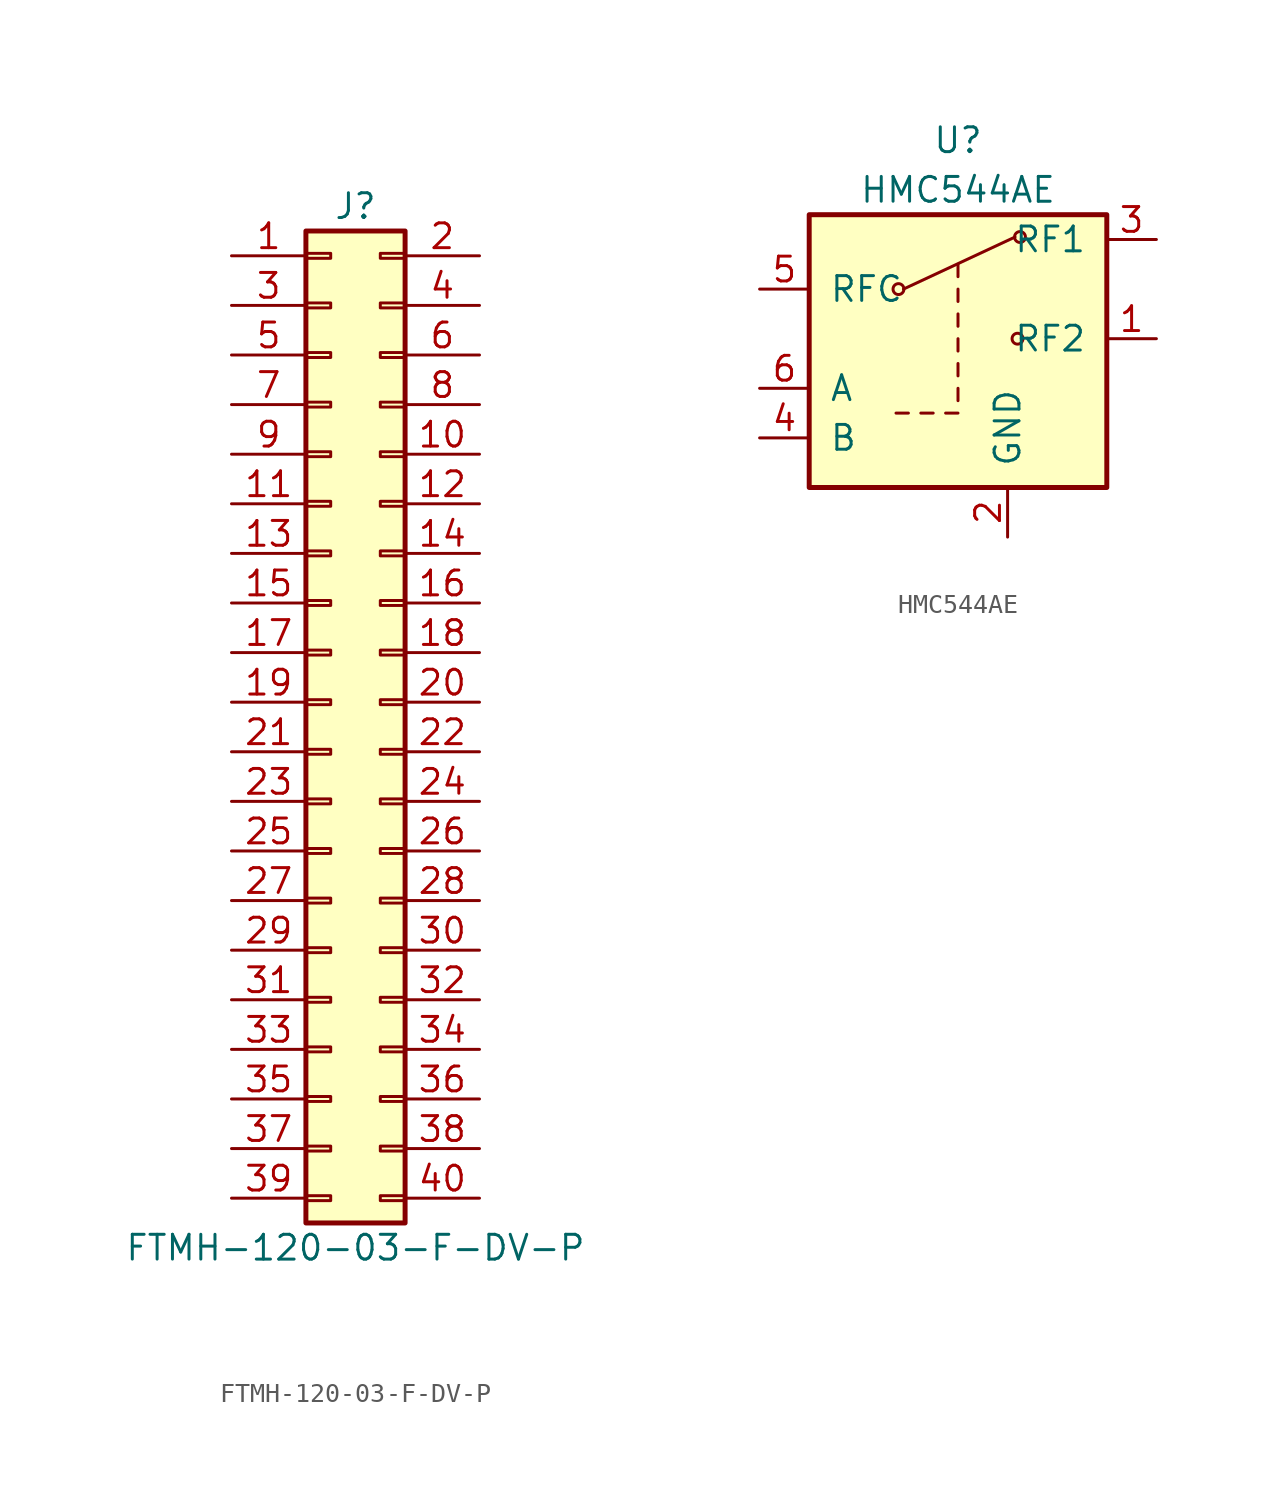
<source format=kicad_sym>
(kicad_symbol_lib
  (version 20211014)
  (generator kicad_symbol_editor)
  (symbol "FTMH-120-03-F-DV-P"
    (pin_names
      (offset 1.016) hide)
    (property "Reference" "J"
      (at 1.27 25.4 0)
      (effects (font (size 1.27 1.27))))
    (property "Value" "FTMH-120-03-F-DV-P"
      (at 1.27 -27.94 0)
      (effects (font (size 1.27 1.27))))
    (symbol "FTMH-120-03-F-DV-P_1_1"
      (rectangle (start -1.27 -25.273) (end 0 -25.527) (stroke (width 0.152) (type default) (color 0 0 0 0)) (fill (type none)))
      (rectangle (start -1.27 -22.733) (end 0 -22.987) (stroke (width 0.152) (type default) (color 0 0 0 0)) (fill (type none)))
      (rectangle (start -1.27 -20.193) (end 0 -20.447) (stroke (width 0.152) (type default) (color 0 0 0 0)) (fill (type none)))
      (rectangle (start -1.27 -17.653) (end 0 -17.907) (stroke (width 0.152) (type default) (color 0 0 0 0)) (fill (type none)))
      (rectangle (start -1.27 -15.113) (end 0 -15.367) (stroke (width 0.152) (type default) (color 0 0 0 0)) (fill (type none)))
      (rectangle (start -1.27 -12.573) (end 0 -12.827) (stroke (width 0.152) (type default) (color 0 0 0 0)) (fill (type none)))
      (rectangle (start -1.27 -10.033) (end 0 -10.287) (stroke (width 0.152) (type default) (color 0 0 0 0)) (fill (type none)))
      (rectangle (start -1.27 -7.493) (end 0 -7.747) (stroke (width 0.152) (type default) (color 0 0 0 0)) (fill (type none)))
      (rectangle (start -1.27 -4.953) (end 0 -5.207) (stroke (width 0.152) (type default) (color 0 0 0 0)) (fill (type none)))
      (rectangle (start -1.27 -2.413) (end 0 -2.667) (stroke (width 0.152) (type default) (color 0 0 0 0)) (fill (type none)))
      (rectangle (start -1.27 0.127) (end 0 -0.127) (stroke (width 0.152) (type default) (color 0 0 0 0)) (fill (type none)))
      (rectangle (start -1.27 2.667) (end 0 2.413) (stroke (width 0.152) (type default) (color 0 0 0 0)) (fill (type none)))
      (rectangle (start -1.27 5.207) (end 0 4.953) (stroke (width 0.152) (type default) (color 0 0 0 0)) (fill (type none)))
      (rectangle (start -1.27 7.747) (end 0 7.493) (stroke (width 0.152) (type default) (color 0 0 0 0)) (fill (type none)))
      (rectangle (start -1.27 10.287) (end 0 10.033) (stroke (width 0.152) (type default) (color 0 0 0 0)) (fill (type none)))
      (rectangle (start -1.27 12.827) (end 0 12.573) (stroke (width 0.152) (type default) (color 0 0 0 0)) (fill (type none)))
      (rectangle (start -1.27 15.367) (end 0 15.113) (stroke (width 0.152) (type default) (color 0 0 0 0)) (fill (type none)))
      (rectangle (start -1.27 17.907) (end 0 17.653) (stroke (width 0.152) (type default) (color 0 0 0 0)) (fill (type none)))
      (rectangle (start -1.27 20.447) (end 0 20.193) (stroke (width 0.152) (type default) (color 0 0 0 0)) (fill (type none)))
      (rectangle (start -1.27 22.987) (end 0 22.733) (stroke (width 0.152) (type default) (color 0 0 0 0)) (fill (type none)))
      (rectangle (start -1.27 24.13) (end 3.81 -26.67) (stroke (width 0.254) (type default) (color 0 0 0 0)) (fill (type background)))
      (rectangle (start 3.81 -25.273) (end 2.54 -25.527) (stroke (width 0.152) (type default) (color 0 0 0 0)) (fill (type none)))
      (rectangle (start 3.81 -22.733) (end 2.54 -22.987) (stroke (width 0.152) (type default) (color 0 0 0 0)) (fill (type none)))
      (rectangle (start 3.81 -20.193) (end 2.54 -20.447) (stroke (width 0.152) (type default) (color 0 0 0 0)) (fill (type none)))
      (rectangle (start 3.81 -17.653) (end 2.54 -17.907) (stroke (width 0.152) (type default) (color 0 0 0 0)) (fill (type none)))
      (rectangle (start 3.81 -15.113) (end 2.54 -15.367) (stroke (width 0.152) (type default) (color 0 0 0 0)) (fill (type none)))
      (rectangle (start 3.81 -12.573) (end 2.54 -12.827) (stroke (width 0.152) (type default) (color 0 0 0 0)) (fill (type none)))
      (rectangle (start 3.81 -10.033) (end 2.54 -10.287) (stroke (width 0.152) (type default) (color 0 0 0 0)) (fill (type none)))
      (rectangle (start 3.81 -7.493) (end 2.54 -7.747) (stroke (width 0.152) (type default) (color 0 0 0 0)) (fill (type none)))
      (rectangle (start 3.81 -4.953) (end 2.54 -5.207) (stroke (width 0.152) (type default) (color 0 0 0 0)) (fill (type none)))
      (rectangle (start 3.81 -2.413) (end 2.54 -2.667) (stroke (width 0.152) (type default) (color 0 0 0 0)) (fill (type none)))
      (rectangle (start 3.81 0.127) (end 2.54 -0.127) (stroke (width 0.152) (type default) (color 0 0 0 0)) (fill (type none)))
      (rectangle (start 3.81 2.667) (end 2.54 2.413) (stroke (width 0.152) (type default) (color 0 0 0 0)) (fill (type none)))
      (rectangle (start 3.81 5.207) (end 2.54 4.953) (stroke (width 0.152) (type default) (color 0 0 0 0)) (fill (type none)))
      (rectangle (start 3.81 7.747) (end 2.54 7.493) (stroke (width 0.152) (type default) (color 0 0 0 0)) (fill (type none)))
      (rectangle (start 3.81 10.287) (end 2.54 10.033) (stroke (width 0.152) (type default) (color 0 0 0 0)) (fill (type none)))
      (rectangle (start 3.81 12.827) (end 2.54 12.573) (stroke (width 0.152) (type default) (color 0 0 0 0)) (fill (type none)))
      (rectangle (start 3.81 15.367) (end 2.54 15.113) (stroke (width 0.152) (type default) (color 0 0 0 0)) (fill (type none)))
      (rectangle (start 3.81 17.907) (end 2.54 17.653) (stroke (width 0.152) (type default) (color 0 0 0 0)) (fill (type none)))
      (rectangle (start 3.81 20.447) (end 2.54 20.193) (stroke (width 0.152) (type default) (color 0 0 0 0)) (fill (type none)))
      (rectangle (start 3.81 22.987) (end 2.54 22.733) (stroke (width 0.152) (type default) (color 0 0 0 0)) (fill (type none)))
      (pin passive line (at -5.08 22.86 0) (length 3.81) (name "Pin_1" (effects (font (size 1.27 1.27)))) (number "1" (effects (font (size 1.27 1.27)))))
      (pin passive line (at 7.62 12.7 180) (length 3.81) (name "Pin_10" (effects (font (size 1.27 1.27)))) (number "10" (effects (font (size 1.27 1.27)))))
      (pin passive line (at -5.08 10.16 0) (length 3.81) (name "Pin_11" (effects (font (size 1.27 1.27)))) (number "11" (effects (font (size 1.27 1.27)))))
      (pin passive line (at 7.62 10.16 180) (length 3.81) (name "Pin_12" (effects (font (size 1.27 1.27)))) (number "12" (effects (font (size 1.27 1.27)))))
      (pin passive line (at -5.08 7.62 0) (length 3.81) (name "Pin_13" (effects (font (size 1.27 1.27)))) (number "13" (effects (font (size 1.27 1.27)))))
      (pin passive line (at 7.62 7.62 180) (length 3.81) (name "Pin_14" (effects (font (size 1.27 1.27)))) (number "14" (effects (font (size 1.27 1.27)))))
      (pin passive line (at -5.08 5.08 0) (length 3.81) (name "Pin_15" (effects (font (size 1.27 1.27)))) (number "15" (effects (font (size 1.27 1.27)))))
      (pin passive line (at 7.62 5.08 180) (length 3.81) (name "Pin_16" (effects (font (size 1.27 1.27)))) (number "16" (effects (font (size 1.27 1.27)))))
      (pin passive line (at -5.08 2.54 0) (length 3.81) (name "Pin_17" (effects (font (size 1.27 1.27)))) (number "17" (effects (font (size 1.27 1.27)))))
      (pin passive line (at 7.62 2.54 180) (length 3.81) (name "Pin_18" (effects (font (size 1.27 1.27)))) (number "18" (effects (font (size 1.27 1.27)))))
      (pin passive line (at -5.08 0 0) (length 3.81) (name "Pin_19" (effects (font (size 1.27 1.27)))) (number "19" (effects (font (size 1.27 1.27)))))
      (pin passive line (at 7.62 22.86 180) (length 3.81) (name "Pin_2" (effects (font (size 1.27 1.27)))) (number "2" (effects (font (size 1.27 1.27)))))
      (pin passive line (at 7.62 0 180) (length 3.81) (name "Pin_20" (effects (font (size 1.27 1.27)))) (number "20" (effects (font (size 1.27 1.27)))))
      (pin passive line (at -5.08 -2.54 0) (length 3.81) (name "Pin_21" (effects (font (size 1.27 1.27)))) (number "21" (effects (font (size 1.27 1.27)))))
      (pin passive line (at 7.62 -2.54 180) (length 3.81) (name "Pin_22" (effects (font (size 1.27 1.27)))) (number "22" (effects (font (size 1.27 1.27)))))
      (pin passive line (at -5.08 -5.08 0) (length 3.81) (name "Pin_23" (effects (font (size 1.27 1.27)))) (number "23" (effects (font (size 1.27 1.27)))))
      (pin passive line (at 7.62 -5.08 180) (length 3.81) (name "Pin_24" (effects (font (size 1.27 1.27)))) (number "24" (effects (font (size 1.27 1.27)))))
      (pin passive line (at -5.08 -7.62 0) (length 3.81) (name "Pin_25" (effects (font (size 1.27 1.27)))) (number "25" (effects (font (size 1.27 1.27)))))
      (pin passive line (at 7.62 -7.62 180) (length 3.81) (name "Pin_26" (effects (font (size 1.27 1.27)))) (number "26" (effects (font (size 1.27 1.27)))))
      (pin passive line (at -5.08 -10.16 0) (length 3.81) (name "Pin_27" (effects (font (size 1.27 1.27)))) (number "27" (effects (font (size 1.27 1.27)))))
      (pin passive line (at 7.62 -10.16 180) (length 3.81) (name "Pin_28" (effects (font (size 1.27 1.27)))) (number "28" (effects (font (size 1.27 1.27)))))
      (pin passive line (at -5.08 -12.7 0) (length 3.81) (name "Pin_29" (effects (font (size 1.27 1.27)))) (number "29" (effects (font (size 1.27 1.27)))))
      (pin passive line (at -5.08 20.32 0) (length 3.81) (name "Pin_3" (effects (font (size 1.27 1.27)))) (number "3" (effects (font (size 1.27 1.27)))))
      (pin passive line (at 7.62 -12.7 180) (length 3.81) (name "Pin_30" (effects (font (size 1.27 1.27)))) (number "30" (effects (font (size 1.27 1.27)))))
      (pin passive line (at -5.08 -15.24 0) (length 3.81) (name "Pin_31" (effects (font (size 1.27 1.27)))) (number "31" (effects (font (size 1.27 1.27)))))
      (pin passive line (at 7.62 -15.24 180) (length 3.81) (name "Pin_32" (effects (font (size 1.27 1.27)))) (number "32" (effects (font (size 1.27 1.27)))))
      (pin passive line (at -5.08 -17.78 0) (length 3.81) (name "Pin_33" (effects (font (size 1.27 1.27)))) (number "33" (effects (font (size 1.27 1.27)))))
      (pin passive line (at 7.62 -17.78 180) (length 3.81) (name "Pin_34" (effects (font (size 1.27 1.27)))) (number "34" (effects (font (size 1.27 1.27)))))
      (pin passive line (at -5.08 -20.32 0) (length 3.81) (name "Pin_35" (effects (font (size 1.27 1.27)))) (number "35" (effects (font (size 1.27 1.27)))))
      (pin passive line (at 7.62 -20.32 180) (length 3.81) (name "Pin_36" (effects (font (size 1.27 1.27)))) (number "36" (effects (font (size 1.27 1.27)))))
      (pin passive line (at -5.08 -22.86 0) (length 3.81) (name "Pin_37" (effects (font (size 1.27 1.27)))) (number "37" (effects (font (size 1.27 1.27)))))
      (pin passive line (at 7.62 -22.86 180) (length 3.81) (name "Pin_38" (effects (font (size 1.27 1.27)))) (number "38" (effects (font (size 1.27 1.27)))))
      (pin passive line (at -5.08 -25.4 0) (length 3.81) (name "Pin_39" (effects (font (size 1.27 1.27)))) (number "39" (effects (font (size 1.27 1.27)))))
      (pin passive line (at 7.62 20.32 180) (length 3.81) (name "Pin_4" (effects (font (size 1.27 1.27)))) (number "4" (effects (font (size 1.27 1.27)))))
      (pin passive line (at 7.62 -25.4 180) (length 3.81) (name "Pin_40" (effects (font (size 1.27 1.27)))) (number "40" (effects (font (size 1.27 1.27)))))
      (pin passive line (at -5.08 17.78 0) (length 3.81) (name "Pin_5" (effects (font (size 1.27 1.27)))) (number "5" (effects (font (size 1.27 1.27)))))
      (pin passive line (at 7.62 17.78 180) (length 3.81) (name "Pin_6" (effects (font (size 1.27 1.27)))) (number "6" (effects (font (size 1.27 1.27)))))
      (pin passive line (at -5.08 15.24 0) (length 3.81) (name "Pin_7" (effects (font (size 1.27 1.27)))) (number "7" (effects (font (size 1.27 1.27)))))
      (pin passive line (at 7.62 15.24 180) (length 3.81) (name "Pin_8" (effects (font (size 1.27 1.27)))) (number "8" (effects (font (size 1.27 1.27)))))
      (pin passive line (at -5.08 12.7 0) (length 3.81) (name "Pin_9" (effects (font (size 1.27 1.27)))) (number "9" (effects (font (size 1.27 1.27)))))))
  (symbol "HMC544AE"
    (pin_names
      (offset 1.016))
    (property "Reference" "U"
      (at 0 10.16 0)
      (effects (font (size 1.27 1.27))))
    (property "Value" "HMC544AE"
      (at 0 7.62 0)
      (effects (font (size 1.27 1.27))))
    (symbol "HMC544AE_1_1"
      (circle (center -3.048 2.54) (radius 0.279) (stroke (width 0)) (stroke (width 0) (type default) (color 0 0 0 0)) (fill (type none)))
      (polyline (pts (xy -3.175 -3.81) (xy -2.54 -3.81)) (stroke (width 0) (type default) (color 0 0 0 0)) (fill (type none)))
      (polyline (pts (xy -2.794 2.54) (xy 2.921 5.207)) (stroke (width 0) (type default) (color 0 0 0 0)) (fill (type none)))
      (polyline (pts (xy -1.905 -3.81) (xy -1.27 -3.81)) (stroke (width 0) (type default) (color 0 0 0 0)) (fill (type none)))
      (polyline (pts (xy -0.635 -3.81) (xy 0 -3.81)) (stroke (width 0) (type default) (color 0 0 0 0)) (fill (type none)))
      (polyline (pts (xy 0 -3.175) (xy 0 -2.54)) (stroke (width 0) (type default) (color 0 0 0 0)) (fill (type none)))
      (polyline (pts (xy 0 -1.905) (xy 0 -1.27)) (stroke (width 0) (type default) (color 0 0 0 0)) (fill (type none)))
      (polyline (pts (xy 0 -0.635) (xy 0 0)) (stroke (width 0) (type default) (color 0 0 0 0)) (fill (type none)))
      (polyline (pts (xy 0 0.635) (xy 0 1.27)) (stroke (width 0) (type default) (color 0 0 0 0)) (fill (type none)))
      (polyline (pts (xy 0 1.905) (xy 0 2.54)) (stroke (width 0) (type default) (color 0 0 0 0)) (fill (type none)))
      (polyline (pts (xy 0 3.175) (xy 0 3.81)) (stroke (width 0) (type default) (color 0 0 0 0)) (fill (type none)))
      (circle (center 3.048 0) (radius 0.279) (stroke (width 0)) (stroke (width 0) (type default) (color 0 0 0 0)) (fill (type none)))
      (circle (center 3.175 5.207) (radius 0.279) (stroke (width 0)) (stroke (width 0) (type default) (color 0 0 0 0)) (fill (type none)))
      (rectangle (start 7.62 -7.62) (end -7.62 6.35) (stroke (width 0.254) (type default) (color 0 0 0 0)) (fill (type background)))
      (pin passive line (at 10.16 0 180) (length 2.54) (name "RF2" (effects (font (size 1.27 1.27)))) (number "1" (effects (font (size 1.27 1.27)))))
      (pin power_in line (at 2.54 -10.16 90) (length 2.54) (name "GND" (effects (font (size 1.27 1.27)))) (number "2" (effects (font (size 1.27 1.27)))))
      (pin passive line (at 10.16 5.08 180) (length 2.54) (name "RF1" (effects (font (size 1.27 1.27)))) (number "3" (effects (font (size 1.27 1.27)))))
      (pin input line (at -10.16 -5.08 0) (length 2.54) (name "B" (effects (font (size 1.27 1.27)))) (number "4" (effects (font (size 1.27 1.27)))))
      (pin passive line (at -10.16 2.54 0) (length 2.54) (name "RFC" (effects (font (size 1.27 1.27)))) (number "5" (effects (font (size 1.27 1.27)))))
      (pin input line (at -10.16 -2.54 0) (length 2.54) (name "A" (effects (font (size 1.27 1.27)))) (number "6" (effects (font (size 1.27 1.27))))))))
</source>
